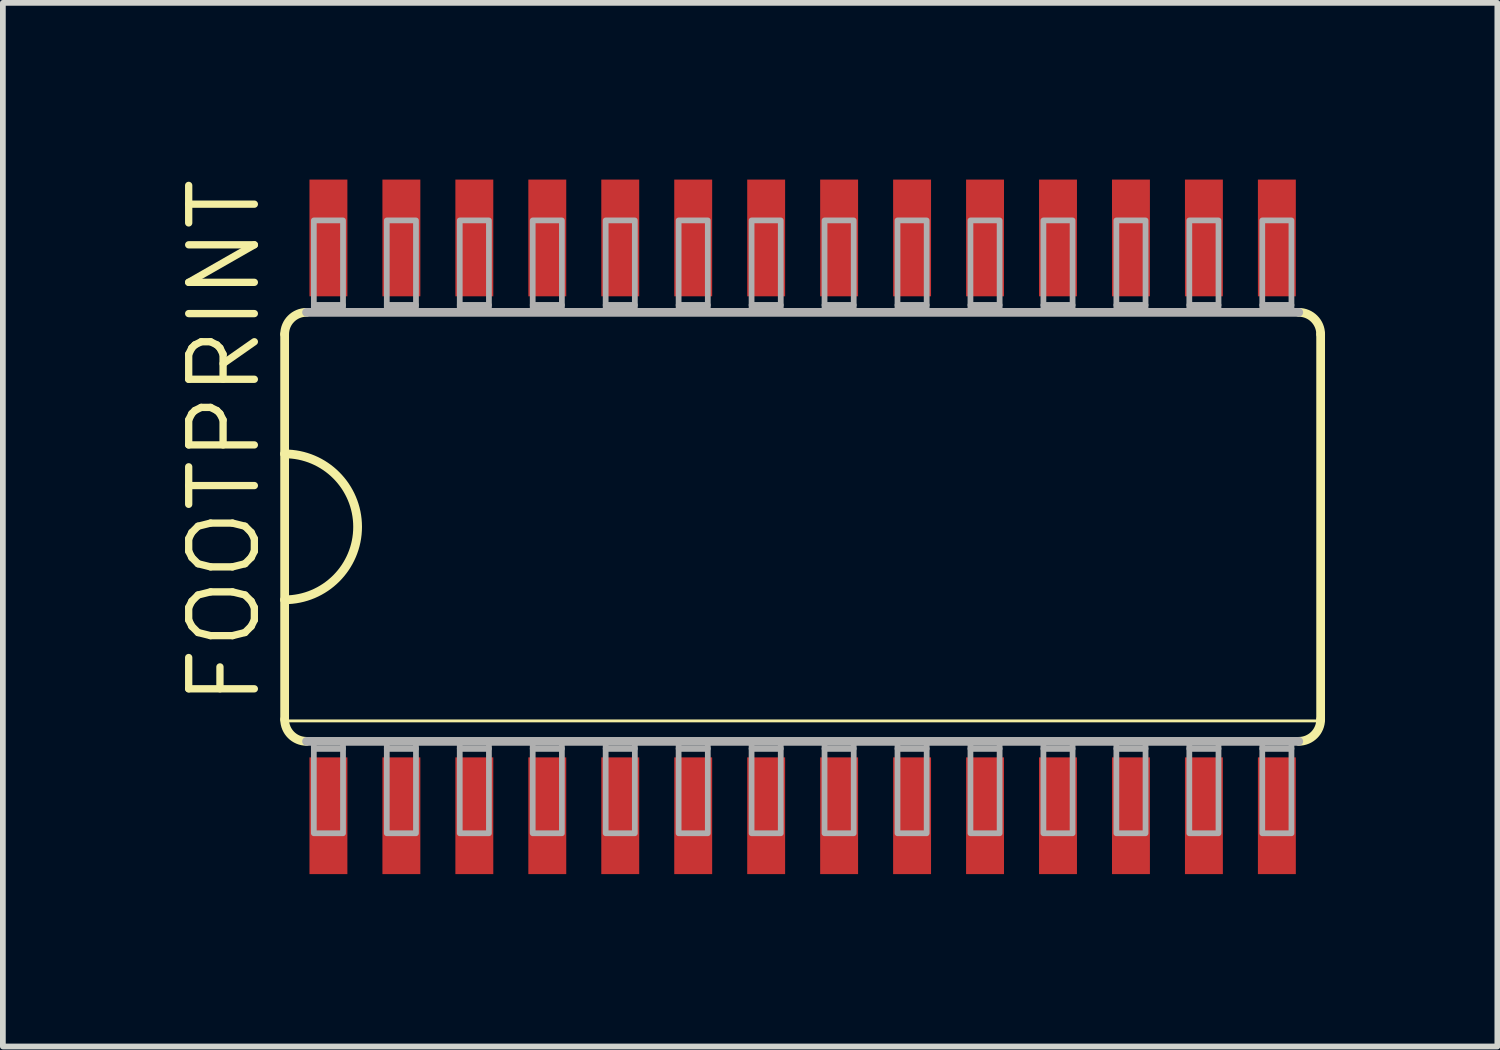
<source format=kicad_pcb>
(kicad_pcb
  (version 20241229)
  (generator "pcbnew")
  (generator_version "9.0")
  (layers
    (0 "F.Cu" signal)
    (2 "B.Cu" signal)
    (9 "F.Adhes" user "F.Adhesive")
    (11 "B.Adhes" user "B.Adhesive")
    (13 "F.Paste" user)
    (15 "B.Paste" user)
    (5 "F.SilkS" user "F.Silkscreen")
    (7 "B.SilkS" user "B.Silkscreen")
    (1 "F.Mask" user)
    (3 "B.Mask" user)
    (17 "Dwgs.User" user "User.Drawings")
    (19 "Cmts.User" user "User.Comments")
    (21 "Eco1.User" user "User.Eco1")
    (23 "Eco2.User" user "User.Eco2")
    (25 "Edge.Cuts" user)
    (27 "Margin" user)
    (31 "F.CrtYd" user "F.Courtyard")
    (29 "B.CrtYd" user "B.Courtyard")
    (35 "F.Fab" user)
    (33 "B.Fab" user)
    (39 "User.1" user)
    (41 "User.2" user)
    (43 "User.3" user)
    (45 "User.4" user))
  (footprint "FOOTPRINT"
    (layer "F.Cu")
    (at 10.922 6.121)
    (property "Reference" "FOOTPRINT" (at -9.398 3.175 90) (layer "F.SilkS") (effects (font (size 1.143 1.143) (thickness 0.127)) (justify left bottom)))
    (fp_line (start -9.017 -3.353) (end -9.017 -1.27) (stroke (width 0.152) (type solid)) (layer "F.SilkS"))
    (fp_line (start -9.017 -1.27) (end -9.017 1.27) (stroke (width 0.152) (type solid)) (layer "F.SilkS"))
    (fp_line (start -9.017 1.27) (end -9.017 3.353) (stroke (width 0.152) (type solid)) (layer "F.SilkS"))
    (fp_line (start -9.017 3.378) (end 9.017 3.378) (stroke (width 0.051) (type solid)) (layer "F.SilkS"))
    (fp_line (start 9.017 3.353) (end 9.017 -3.353) (stroke (width 0.152) (type solid)) (layer "F.SilkS"))
    (fp_arc (start -9.017 -3.3528) (mid -8.905408 -3.622208) (end -8.636 -3.7338) (stroke (width 0.1524) (type solid)) (layer "F.SilkS"))
    (fp_arc (start -9.017 -1.27) (mid -7.747 0) (end -9.017 1.27) (stroke (width 0.1524) (type solid)) (layer "F.SilkS"))
    (fp_arc (start -8.636 3.7338) (mid -8.905408 3.622208) (end -9.017 3.3528) (stroke (width 0.1524) (type solid)) (layer "F.SilkS"))
    (fp_arc (start 8.636 -3.7338) (mid 8.905408 -3.622208) (end 9.017 -3.3528) (stroke (width 0.1524) (type solid)) (layer "F.SilkS"))
    (fp_arc (start 9.017 3.3528) (mid 8.905408 3.622208) (end 8.636 3.7338) (stroke (width 0.1524) (type solid)) (layer "F.SilkS"))
    (fp_line (start -8.636 3.734) (end 8.636 3.734) (stroke (width 0.152) (type solid)) (layer "F.Fab"))
    (fp_line (start 8.636 -3.734) (end -8.636 -3.734) (stroke (width 0.152) (type solid)) (layer "F.Fab"))
    (fp_poly (pts (xy -8.509 -3.861) (xy -8.001 -3.861) (xy -8.001 -5.334) (xy -8.509 -5.334)) (stroke (width 0.1) (type solid)) (fill no) (layer "F.Fab"))
    (fp_poly (pts (xy -8.509 -3.734) (xy -8.001 -3.734) (xy -8.001 -3.861) (xy -8.509 -3.861)) (stroke (width 0.1) (type solid)) (fill no) (layer "F.Fab"))
    (fp_poly (pts (xy -8.509 3.861) (xy -8.001 3.861) (xy -8.001 3.734) (xy -8.509 3.734)) (stroke (width 0.1) (type solid)) (fill no) (layer "F.Fab"))
    (fp_poly (pts (xy -8.509 5.334) (xy -8.001 5.334) (xy -8.001 3.861) (xy -8.509 3.861)) (stroke (width 0.1) (type solid)) (fill no) (layer "F.Fab"))
    (fp_poly (pts (xy -7.239 -3.861) (xy -6.731 -3.861) (xy -6.731 -5.334) (xy -7.239 -5.334)) (stroke (width 0.1) (type solid)) (fill no) (layer "F.Fab"))
    (fp_poly (pts (xy -7.239 -3.734) (xy -6.731 -3.734) (xy -6.731 -3.861) (xy -7.239 -3.861)) (stroke (width 0.1) (type solid)) (fill no) (layer "F.Fab"))
    (fp_poly (pts (xy -7.239 3.861) (xy -6.731 3.861) (xy -6.731 3.734) (xy -7.239 3.734)) (stroke (width 0.1) (type solid)) (fill no) (layer "F.Fab"))
    (fp_poly (pts (xy -7.239 5.334) (xy -6.731 5.334) (xy -6.731 3.861) (xy -7.239 3.861)) (stroke (width 0.1) (type solid)) (fill no) (layer "F.Fab"))
    (fp_poly (pts (xy -5.969 -3.861) (xy -5.461 -3.861) (xy -5.461 -5.334) (xy -5.969 -5.334)) (stroke (width 0.1) (type solid)) (fill no) (layer "F.Fab"))
    (fp_poly (pts (xy -5.969 -3.734) (xy -5.461 -3.734) (xy -5.461 -3.861) (xy -5.969 -3.861)) (stroke (width 0.1) (type solid)) (fill no) (layer "F.Fab"))
    (fp_poly (pts (xy -5.969 3.861) (xy -5.461 3.861) (xy -5.461 3.734) (xy -5.969 3.734)) (stroke (width 0.1) (type solid)) (fill no) (layer "F.Fab"))
    (fp_poly (pts (xy -5.969 5.334) (xy -5.461 5.334) (xy -5.461 3.861) (xy -5.969 3.861)) (stroke (width 0.1) (type solid)) (fill no) (layer "F.Fab"))
    (fp_poly (pts (xy -4.699 -3.861) (xy -4.191 -3.861) (xy -4.191 -5.334) (xy -4.699 -5.334)) (stroke (width 0.1) (type solid)) (fill no) (layer "F.Fab"))
    (fp_poly (pts (xy -4.699 -3.734) (xy -4.191 -3.734) (xy -4.191 -3.861) (xy -4.699 -3.861)) (stroke (width 0.1) (type solid)) (fill no) (layer "F.Fab"))
    (fp_poly (pts (xy -4.699 3.861) (xy -4.191 3.861) (xy -4.191 3.734) (xy -4.699 3.734)) (stroke (width 0.1) (type solid)) (fill no) (layer "F.Fab"))
    (fp_poly (pts (xy -4.699 5.334) (xy -4.191 5.334) (xy -4.191 3.861) (xy -4.699 3.861)) (stroke (width 0.1) (type solid)) (fill no) (layer "F.Fab"))
    (fp_poly (pts (xy -3.429 -3.861) (xy -2.921 -3.861) (xy -2.921 -5.334) (xy -3.429 -5.334)) (stroke (width 0.1) (type solid)) (fill no) (layer "F.Fab"))
    (fp_poly (pts (xy -3.429 -3.734) (xy -2.921 -3.734) (xy -2.921 -3.861) (xy -3.429 -3.861)) (stroke (width 0.1) (type solid)) (fill no) (layer "F.Fab"))
    (fp_poly (pts (xy -3.429 3.861) (xy -2.921 3.861) (xy -2.921 3.734) (xy -3.429 3.734)) (stroke (width 0.1) (type solid)) (fill no) (layer "F.Fab"))
    (fp_poly (pts (xy -3.429 5.334) (xy -2.921 5.334) (xy -2.921 3.861) (xy -3.429 3.861)) (stroke (width 0.1) (type solid)) (fill no) (layer "F.Fab"))
    (fp_poly (pts (xy -2.159 -3.861) (xy -1.651 -3.861) (xy -1.651 -5.334) (xy -2.159 -5.334)) (stroke (width 0.1) (type solid)) (fill no) (layer "F.Fab"))
    (fp_poly (pts (xy -2.159 -3.734) (xy -1.651 -3.734) (xy -1.651 -3.861) (xy -2.159 -3.861)) (stroke (width 0.1) (type solid)) (fill no) (layer "F.Fab"))
    (fp_poly (pts (xy -2.159 3.861) (xy -1.651 3.861) (xy -1.651 3.734) (xy -2.159 3.734)) (stroke (width 0.1) (type solid)) (fill no) (layer "F.Fab"))
    (fp_poly (pts (xy -2.159 5.334) (xy -1.651 5.334) (xy -1.651 3.861) (xy -2.159 3.861)) (stroke (width 0.1) (type solid)) (fill no) (layer "F.Fab"))
    (fp_poly (pts (xy -0.889 -3.861) (xy -0.381 -3.861) (xy -0.381 -5.334) (xy -0.889 -5.334)) (stroke (width 0.1) (type solid)) (fill no) (layer "F.Fab"))
    (fp_poly (pts (xy -0.889 -3.734) (xy -0.381 -3.734) (xy -0.381 -3.861) (xy -0.889 -3.861)) (stroke (width 0.1) (type solid)) (fill no) (layer "F.Fab"))
    (fp_poly (pts (xy -0.889 3.861) (xy -0.381 3.861) (xy -0.381 3.734) (xy -0.889 3.734)) (stroke (width 0.1) (type solid)) (fill no) (layer "F.Fab"))
    (fp_poly (pts (xy -0.889 5.334) (xy -0.381 5.334) (xy -0.381 3.861) (xy -0.889 3.861)) (stroke (width 0.1) (type solid)) (fill no) (layer "F.Fab"))
    (fp_poly (pts (xy 0.381 -3.861) (xy 0.889 -3.861) (xy 0.889 -5.334) (xy 0.381 -5.334)) (stroke (width 0.1) (type solid)) (fill no) (layer "F.Fab"))
    (fp_poly (pts (xy 0.381 -3.734) (xy 0.889 -3.734) (xy 0.889 -3.861) (xy 0.381 -3.861)) (stroke (width 0.1) (type solid)) (fill no) (layer "F.Fab"))
    (fp_poly (pts (xy 0.381 3.861) (xy 0.889 3.861) (xy 0.889 3.734) (xy 0.381 3.734)) (stroke (width 0.1) (type solid)) (fill no) (layer "F.Fab"))
    (fp_poly (pts (xy 0.381 5.334) (xy 0.889 5.334) (xy 0.889 3.861) (xy 0.381 3.861)) (stroke (width 0.1) (type solid)) (fill no) (layer "F.Fab"))
    (fp_poly (pts (xy 1.651 -3.861) (xy 2.159 -3.861) (xy 2.159 -5.334) (xy 1.651 -5.334)) (stroke (width 0.1) (type solid)) (fill no) (layer "F.Fab"))
    (fp_poly (pts (xy 1.651 -3.734) (xy 2.159 -3.734) (xy 2.159 -3.861) (xy 1.651 -3.861)) (stroke (width 0.1) (type solid)) (fill no) (layer "F.Fab"))
    (fp_poly (pts (xy 1.651 3.861) (xy 2.159 3.861) (xy 2.159 3.734) (xy 1.651 3.734)) (stroke (width 0.1) (type solid)) (fill no) (layer "F.Fab"))
    (fp_poly (pts (xy 1.651 5.334) (xy 2.159 5.334) (xy 2.159 3.861) (xy 1.651 3.861)) (stroke (width 0.1) (type solid)) (fill no) (layer "F.Fab"))
    (fp_poly (pts (xy 2.921 -3.861) (xy 3.429 -3.861) (xy 3.429 -5.334) (xy 2.921 -5.334)) (stroke (width 0.1) (type solid)) (fill no) (layer "F.Fab"))
    (fp_poly (pts (xy 2.921 -3.734) (xy 3.429 -3.734) (xy 3.429 -3.861) (xy 2.921 -3.861)) (stroke (width 0.1) (type solid)) (fill no) (layer "F.Fab"))
    (fp_poly (pts (xy 2.921 3.861) (xy 3.429 3.861) (xy 3.429 3.734) (xy 2.921 3.734)) (stroke (width 0.1) (type solid)) (fill no) (layer "F.Fab"))
    (fp_poly (pts (xy 2.921 5.334) (xy 3.429 5.334) (xy 3.429 3.861) (xy 2.921 3.861)) (stroke (width 0.1) (type solid)) (fill no) (layer "F.Fab"))
    (fp_poly (pts (xy 4.191 -3.861) (xy 4.699 -3.861) (xy 4.699 -5.334) (xy 4.191 -5.334)) (stroke (width 0.1) (type solid)) (fill no) (layer "F.Fab"))
    (fp_poly (pts (xy 4.191 -3.734) (xy 4.699 -3.734) (xy 4.699 -3.861) (xy 4.191 -3.861)) (stroke (width 0.1) (type solid)) (fill no) (layer "F.Fab"))
    (fp_poly (pts (xy 4.191 3.861) (xy 4.699 3.861) (xy 4.699 3.734) (xy 4.191 3.734)) (stroke (width 0.1) (type solid)) (fill no) (layer "F.Fab"))
    (fp_poly (pts (xy 4.191 5.334) (xy 4.699 5.334) (xy 4.699 3.861) (xy 4.191 3.861)) (stroke (width 0.1) (type solid)) (fill no) (layer "F.Fab"))
    (fp_poly (pts (xy 5.461 -3.861) (xy 5.969 -3.861) (xy 5.969 -5.334) (xy 5.461 -5.334)) (stroke (width 0.1) (type solid)) (fill no) (layer "F.Fab"))
    (fp_poly (pts (xy 5.461 -3.734) (xy 5.969 -3.734) (xy 5.969 -3.861) (xy 5.461 -3.861)) (stroke (width 0.1) (type solid)) (fill no) (layer "F.Fab"))
    (fp_poly (pts (xy 5.461 3.861) (xy 5.969 3.861) (xy 5.969 3.734) (xy 5.461 3.734)) (stroke (width 0.1) (type solid)) (fill no) (layer "F.Fab"))
    (fp_poly (pts (xy 5.461 5.334) (xy 5.969 5.334) (xy 5.969 3.861) (xy 5.461 3.861)) (stroke (width 0.1) (type solid)) (fill no) (layer "F.Fab"))
    (fp_poly (pts (xy 6.731 -3.861) (xy 7.239 -3.861) (xy 7.239 -5.334) (xy 6.731 -5.334)) (stroke (width 0.1) (type solid)) (fill no) (layer "F.Fab"))
    (fp_poly (pts (xy 6.731 -3.734) (xy 7.239 -3.734) (xy 7.239 -3.861) (xy 6.731 -3.861)) (stroke (width 0.1) (type solid)) (fill no) (layer "F.Fab"))
    (fp_poly (pts (xy 6.731 3.861) (xy 7.239 3.861) (xy 7.239 3.734) (xy 6.731 3.734)) (stroke (width 0.1) (type solid)) (fill no) (layer "F.Fab"))
    (fp_poly (pts (xy 6.731 5.334) (xy 7.239 5.334) (xy 7.239 3.861) (xy 6.731 3.861)) (stroke (width 0.1) (type solid)) (fill no) (layer "F.Fab"))
    (fp_poly (pts (xy 8.001 -3.861) (xy 8.509 -3.861) (xy 8.509 -5.334) (xy 8.001 -5.334)) (stroke (width 0.1) (type solid)) (fill no) (layer "F.Fab"))
    (fp_poly (pts (xy 8.001 -3.734) (xy 8.509 -3.734) (xy 8.509 -3.861) (xy 8.001 -3.861)) (stroke (width 0.1) (type solid)) (fill no) (layer "F.Fab"))
    (fp_poly (pts (xy 8.001 3.861) (xy 8.509 3.861) (xy 8.509 3.734) (xy 8.001 3.734)) (stroke (width 0.1) (type solid)) (fill no) (layer "F.Fab"))
    (fp_poly (pts (xy 8.001 5.334) (xy 8.509 5.334) (xy 8.509 3.861) (xy 8.001 3.861)) (stroke (width 0.1) (type solid)) (fill no) (layer "F.Fab"))
    (pad "1" smd rect (at -8.255 5.029) (size 0.66 2.032) (layers "F.Cu" "F.Mask" "F.Paste"))
    (pad "2" smd rect (at -6.985 5.029) (size 0.66 2.032) (layers "F.Cu" "F.Mask" "F.Paste"))
    (pad "3" smd rect (at -5.715 5.029) (size 0.66 2.032) (layers "F.Cu" "F.Mask" "F.Paste"))
    (pad "4" smd rect (at -4.445 5.029) (size 0.66 2.032) (layers "F.Cu" "F.Mask" "F.Paste"))
    (pad "5" smd rect (at -3.175 5.029) (size 0.66 2.032) (layers "F.Cu" "F.Mask" "F.Paste"))
    (pad "6" smd rect (at -1.905 5.029) (size 0.66 2.032) (layers "F.Cu" "F.Mask" "F.Paste"))
    (pad "7" smd rect (at -0.635 5.029) (size 0.66 2.032) (layers "F.Cu" "F.Mask" "F.Paste"))
    (pad "8" smd rect (at 0.635 5.029) (size 0.66 2.032) (layers "F.Cu" "F.Mask" "F.Paste"))
    (pad "9" smd rect (at 1.905 5.029) (size 0.66 2.032) (layers "F.Cu" "F.Mask" "F.Paste"))
    (pad "10" smd rect (at 3.175 5.029) (size 0.66 2.032) (layers "F.Cu" "F.Mask" "F.Paste"))
    (pad "11" smd rect (at 4.445 5.029) (size 0.66 2.032) (layers "F.Cu" "F.Mask" "F.Paste"))
    (pad "12" smd rect (at 5.715 5.029) (size 0.66 2.032) (layers "F.Cu" "F.Mask" "F.Paste"))
    (pad "13" smd rect (at 6.985 5.029) (size 0.66 2.032) (layers "F.Cu" "F.Mask" "F.Paste"))
    (pad "14" smd rect (at 8.255 5.029) (size 0.66 2.032) (layers "F.Cu" "F.Mask" "F.Paste"))
    (pad "15" smd rect (at 8.255 -5.029) (size 0.66 2.032) (layers "F.Cu" "F.Mask" "F.Paste"))
    (pad "16" smd rect (at 6.985 -5.029) (size 0.66 2.032) (layers "F.Cu" "F.Mask" "F.Paste"))
    (pad "17" smd rect (at 5.715 -5.029) (size 0.66 2.032) (layers "F.Cu" "F.Mask" "F.Paste"))
    (pad "18" smd rect (at 4.445 -5.029) (size 0.66 2.032) (layers "F.Cu" "F.Mask" "F.Paste"))
    (pad "19" smd rect (at 3.175 -5.029) (size 0.66 2.032) (layers "F.Cu" "F.Mask" "F.Paste"))
    (pad "20" smd rect (at 1.905 -5.029) (size 0.66 2.032) (layers "F.Cu" "F.Mask" "F.Paste"))
    (pad "21" smd rect (at 0.635 -5.029) (size 0.66 2.032) (layers "F.Cu" "F.Mask" "F.Paste"))
    (pad "22" smd rect (at -0.635 -5.029) (size 0.66 2.032) (layers "F.Cu" "F.Mask" "F.Paste"))
    (pad "23" smd rect (at -1.905 -5.029) (size 0.66 2.032) (layers "F.Cu" "F.Mask" "F.Paste"))
    (pad "24" smd rect (at -3.175 -5.029) (size 0.66 2.032) (layers "F.Cu" "F.Mask" "F.Paste"))
    (pad "25" smd rect (at -4.445 -5.029) (size 0.66 2.032) (layers "F.Cu" "F.Mask" "F.Paste"))
    (pad "26" smd rect (at -5.715 -5.029) (size 0.66 2.032) (layers "F.Cu" "F.Mask" "F.Paste"))
    (pad "27" smd rect (at -6.985 -5.029) (size 0.66 2.032) (layers "F.Cu" "F.Mask" "F.Paste"))
    (pad "28" smd rect (at -8.255 -5.029) (size 0.66 2.032) (layers "F.Cu" "F.Mask" "F.Paste")))
  (gr_rect
    (start -3 -3)
    (end 23.015 15.167)
    (stroke (width 0.1) (type default))
    (fill no)
    (layer "Edge.Cuts")))
</source>
